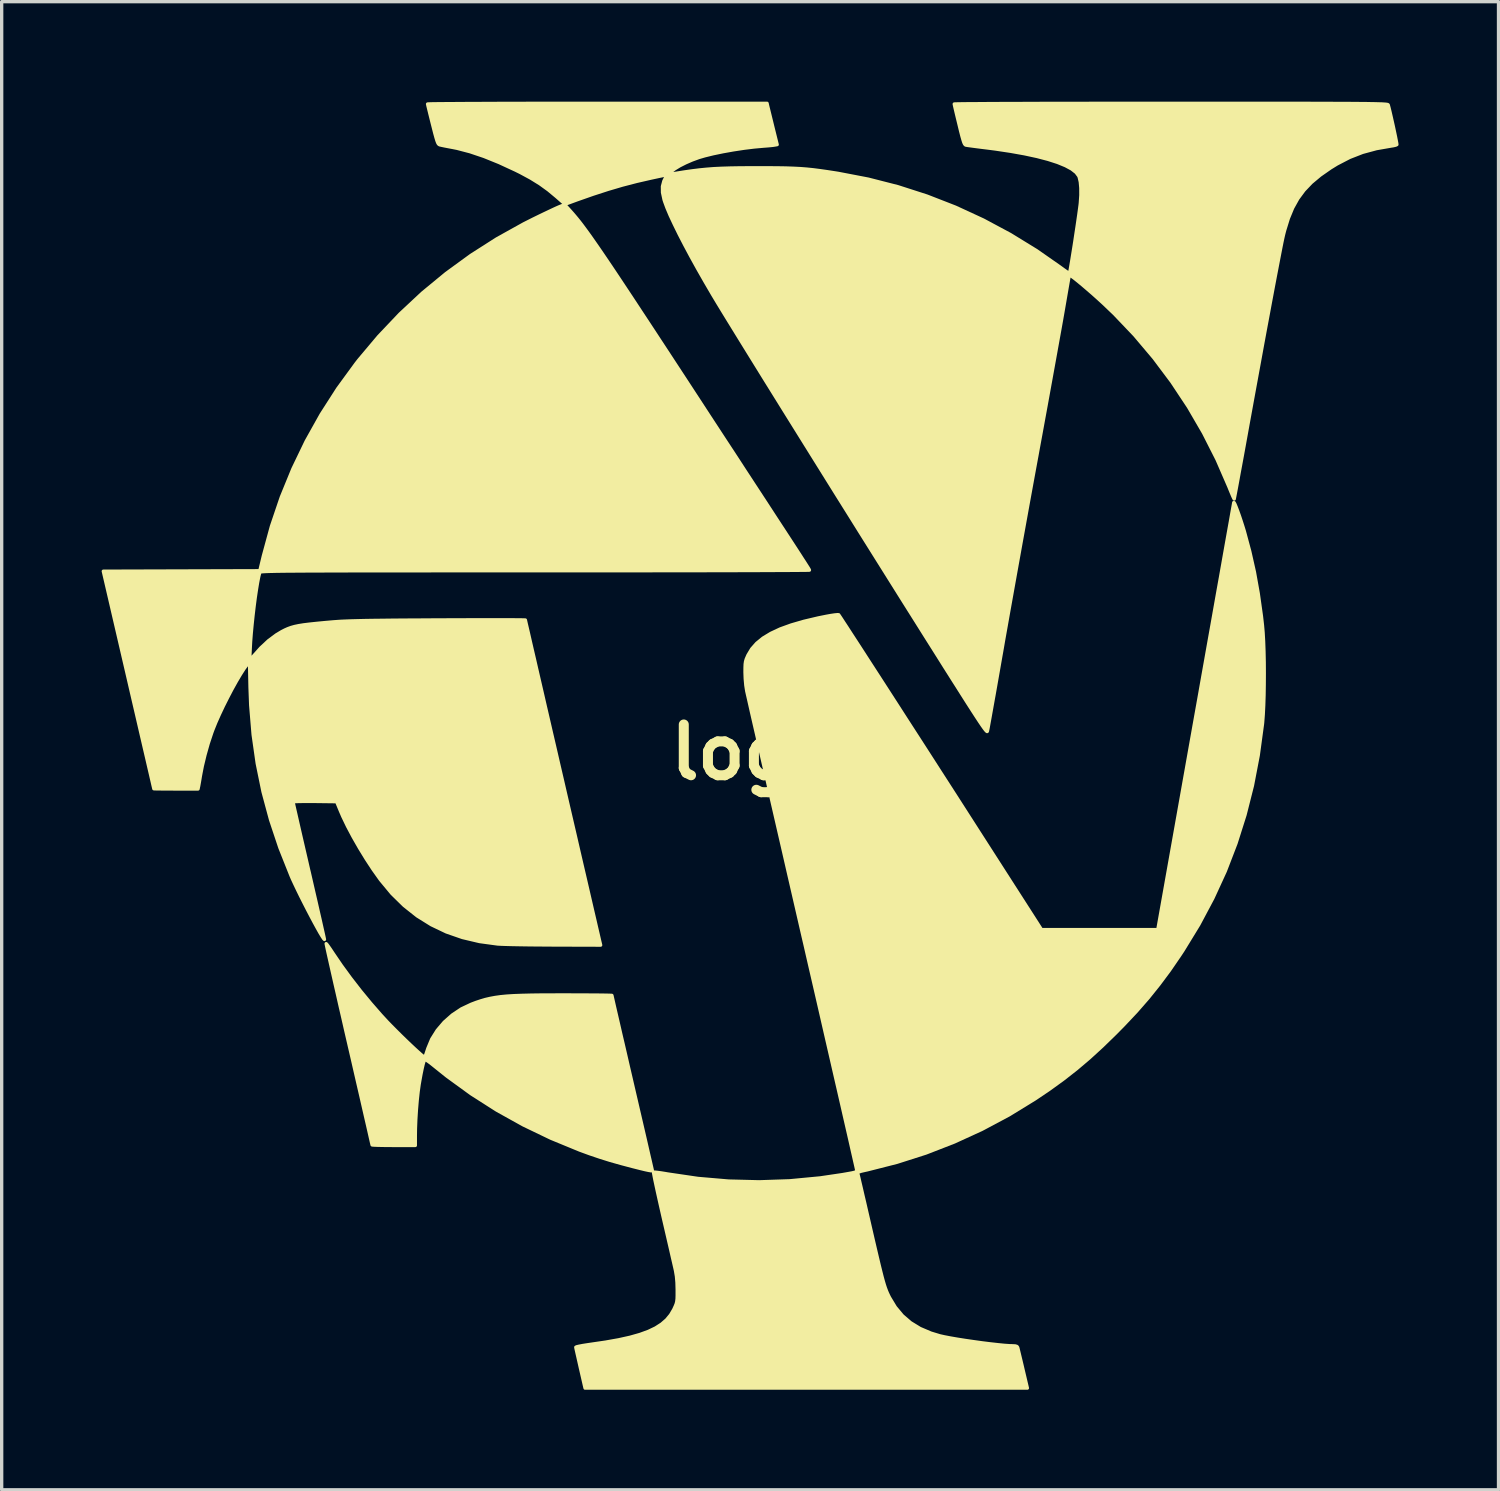
<source format=kicad_pcb>
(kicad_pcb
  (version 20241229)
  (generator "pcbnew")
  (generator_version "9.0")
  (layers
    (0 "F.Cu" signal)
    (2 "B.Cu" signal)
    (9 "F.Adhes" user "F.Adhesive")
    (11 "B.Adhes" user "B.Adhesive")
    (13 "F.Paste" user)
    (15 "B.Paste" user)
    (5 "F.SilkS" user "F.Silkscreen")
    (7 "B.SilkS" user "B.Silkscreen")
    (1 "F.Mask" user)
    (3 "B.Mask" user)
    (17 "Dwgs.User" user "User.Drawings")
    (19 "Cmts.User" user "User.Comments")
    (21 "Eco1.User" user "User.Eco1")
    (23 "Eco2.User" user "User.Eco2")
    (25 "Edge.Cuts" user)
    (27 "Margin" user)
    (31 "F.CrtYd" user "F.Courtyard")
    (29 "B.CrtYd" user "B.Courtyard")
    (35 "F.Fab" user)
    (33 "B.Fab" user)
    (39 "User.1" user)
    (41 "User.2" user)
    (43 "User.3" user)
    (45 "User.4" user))
  (footprint "logo"
    (layer "F.Cu")
    (at 19.572 19.523)
    (property "Reference" "logo" (at 0 0 0) (layer "F.SilkS") (effects (font (size 1.524 1.524) (thickness 0.3))))
    (attr through_hole)
    (fp_poly (pts (xy -3.048 12.547) (xy -3.059 12.556) (xy -3.094 12.556) (xy -3.161 12.545) (xy -3.264 12.523) (xy -3.409 12.488) (xy -3.602 12.439) (xy -3.627 12.433) (xy -3.993 12.336) (xy -4.321 12.243) (xy -4.627 12.147) (xy -4.928 12.045) (xy -5.234 11.933) (xy -6.091 11.58) (xy -6.92 11.181) (xy -7.718 10.737) (xy -8.482 10.249) (xy -9.211 9.719) (xy -9.6 9.407) (xy -9.701 9.326) (xy -9.787 9.264) (xy -9.849 9.226) (xy -9.877 9.219) (xy -9.898 9.265) (xy -9.926 9.361) (xy -9.958 9.498) (xy -9.993 9.67) (xy -10.029 9.87) (xy -10.045 9.962) (xy -10.076 10.183) (xy -10.104 10.444) (xy -10.128 10.728) (xy -10.146 11.018) (xy -10.157 11.297) (xy -10.16 11.508) (xy -10.16 11.797) (xy -10.809 11.797) (xy -10.994 11.796) (xy -11.158 11.794) (xy -11.294 11.791) (xy -11.394 11.787) (xy -11.449 11.783) (xy -11.458 11.78) (xy -11.464 11.751) (xy -11.483 11.67) (xy -11.512 11.542) (xy -11.551 11.369) (xy -11.6 11.155) (xy -11.658 10.904) (xy -11.723 10.62) (xy -11.795 10.305) (xy -11.874 9.964) (xy -11.958 9.599) (xy -12.046 9.215) (xy -12.139 8.815) (xy -12.152 8.758) (xy -12.245 8.356) (xy -12.333 7.97) (xy -12.418 7.603) (xy -12.496 7.258) (xy -12.569 6.94) (xy -12.634 6.652) (xy -12.692 6.396) (xy -12.741 6.178) (xy -12.781 6) (xy -12.81 5.865) (xy -12.828 5.778) (xy -12.835 5.742) (xy -12.835 5.742) (xy -12.816 5.76) (xy -12.774 5.817) (xy -12.713 5.904) (xy -12.64 6.014) (xy -12.631 6.028) (xy -12.385 6.39) (xy -12.107 6.771) (xy -11.807 7.158) (xy -11.496 7.535) (xy -11.188 7.888) (xy -11.005 8.086) (xy -10.879 8.216) (xy -10.741 8.355) (xy -10.597 8.498) (xy -10.452 8.639) (xy -10.312 8.773) (xy -10.182 8.895) (xy -10.068 8.999) (xy -9.976 9.08) (xy -9.911 9.132) (xy -9.879 9.151) (xy -9.877 9.15) (xy -9.862 9.116) (xy -9.835 9.041) (xy -9.801 8.939) (xy -9.784 8.886) (xy -9.668 8.607) (xy -9.502 8.342) (xy -9.294 8.098) (xy -9.05 7.882) (xy -8.777 7.7) (xy -8.485 7.562) (xy -8.338 7.506) (xy -8.197 7.459) (xy -8.058 7.418) (xy -7.916 7.385) (xy -7.765 7.357) (xy -7.6 7.334) (xy -7.414 7.316) (xy -7.203 7.303) (xy -6.961 7.294) (xy -6.682 7.287) (xy -6.362 7.283) (xy -5.994 7.282) (xy -5.728 7.281) (xy -5.446 7.282) (xy -5.182 7.282) (xy -4.941 7.284) (xy -4.728 7.285) (xy -4.549 7.287) (xy -4.409 7.289) (xy -4.313 7.292) (xy -4.265 7.294) (xy -4.262 7.295) (xy -4.255 7.324) (xy -4.237 7.404) (xy -4.208 7.532) (xy -4.169 7.703) (xy -4.12 7.914) (xy -4.063 8.16) (xy -3.999 8.439) (xy -3.927 8.746) (xy -3.85 9.078) (xy -3.769 9.431) (xy -3.683 9.8) (xy -3.655 9.922) (xy -3.568 10.296) (xy -3.485 10.654) (xy -3.406 10.993) (xy -3.333 11.308) (xy -3.266 11.597) (xy -3.207 11.854) (xy -3.156 12.077) (xy -3.113 12.261) (xy -3.081 12.402) (xy -3.059 12.498) (xy -3.049 12.543) (xy -3.048 12.547)) (stroke (width 0.1) (type solid)) (fill yes) (layer "F.SilkS"))
    (fp_poly (pts (xy 15.313 -2.37) (xy 15.311 -2.034) (xy 15.306 -1.708) (xy 15.296 -1.401) (xy 15.282 -1.127) (xy 15.264 -0.894) (xy 15.259 -0.847) (xy 15.132 0.091) (xy 14.958 0.998) (xy 14.735 1.879) (xy 14.464 2.734) (xy 14.143 3.567) (xy 13.77 4.379) (xy 13.347 5.174) (xy 12.871 5.952) (xy 12.781 6.088) (xy 12.469 6.543) (xy 12.154 6.966) (xy 11.828 7.372) (xy 11.479 7.772) (xy 11.096 8.179) (xy 10.853 8.426) (xy 10.451 8.817) (xy 10.064 9.171) (xy 9.68 9.497) (xy 9.288 9.804) (xy 8.873 10.105) (xy 8.438 10.399) (xy 7.656 10.879) (xy 6.846 11.311) (xy 6.013 11.693) (xy 5.159 12.025) (xy 4.289 12.303) (xy 3.405 12.528) (xy 3.322 12.546) (xy 3.211 12.572) (xy 3.146 12.594) (xy 3.118 12.616) (xy 3.117 12.64) (xy 3.125 12.675) (xy 3.146 12.76) (xy 3.176 12.891) (xy 3.216 13.06) (xy 3.263 13.265) (xy 3.318 13.498) (xy 3.377 13.756) (xy 3.441 14.033) (xy 3.485 14.224) (xy 3.569 14.588) (xy 3.642 14.901) (xy 3.705 15.168) (xy 3.759 15.395) (xy 3.806 15.585) (xy 3.846 15.743) (xy 3.882 15.874) (xy 3.914 15.983) (xy 3.944 16.074) (xy 3.973 16.152) (xy 4.002 16.222) (xy 4.032 16.287) (xy 4.065 16.354) (xy 4.066 16.356) (xy 4.244 16.651) (xy 4.454 16.903) (xy 4.7 17.115) (xy 4.984 17.289) (xy 5.31 17.428) (xy 5.577 17.509) (xy 5.716 17.54) (xy 5.898 17.575) (xy 6.112 17.612) (xy 6.348 17.649) (xy 6.596 17.685) (xy 6.847 17.72) (xy 7.09 17.75) (xy 7.314 17.775) (xy 7.511 17.795) (xy 7.669 17.806) (xy 7.752 17.808) (xy 7.844 17.813) (xy 7.894 17.829) (xy 7.914 17.858) (xy 7.925 17.899) (xy 7.946 17.986) (xy 7.976 18.111) (xy 8.013 18.264) (xy 8.054 18.436) (xy 8.067 18.493) (xy 8.205 19.078) (xy 1.569 19.078) (xy -5.067 19.078) (xy -5.205 18.479) (xy -5.245 18.302) (xy -5.281 18.143) (xy -5.311 18.011) (xy -5.333 17.913) (xy -5.344 17.859) (xy -5.345 17.852) (xy -5.32 17.839) (xy -5.248 17.822) (xy -5.138 17.801) (xy -5 17.779) (xy -4.897 17.764) (xy -4.452 17.699) (xy -4.059 17.629) (xy -3.717 17.553) (xy -3.42 17.469) (xy -3.165 17.376) (xy -2.95 17.273) (xy -2.77 17.157) (xy -2.621 17.028) (xy -2.502 16.884) (xy -2.407 16.723) (xy -2.396 16.7) (xy -2.357 16.614) (xy -2.33 16.545) (xy -2.314 16.478) (xy -2.305 16.398) (xy -2.302 16.292) (xy -2.302 16.146) (xy -2.302 16.129) (xy -2.308 15.91) (xy -2.324 15.725) (xy -2.353 15.552) (xy -2.366 15.494) (xy -2.385 15.411) (xy -2.415 15.28) (xy -2.455 15.108) (xy -2.502 14.901) (xy -2.556 14.668) (xy -2.615 14.413) (xy -2.677 14.146) (xy -2.729 13.921) (xy -2.789 13.658) (xy -2.844 13.413) (xy -2.894 13.189) (xy -2.936 12.994) (xy -2.971 12.831) (xy -2.995 12.708) (xy -3.01 12.628) (xy -3.012 12.598) (xy -2.98 12.597) (xy -2.902 12.605) (xy -2.789 12.62) (xy -2.652 12.642) (xy -2.591 12.653) (xy -1.68 12.787) (xy -0.762 12.866) (xy 0.158 12.889) (xy 1.077 12.858) (xy 1.991 12.771) (xy 2.653 12.673) (xy 2.817 12.644) (xy 2.934 12.623) (xy 3.012 12.605) (xy 3.057 12.589) (xy 3.078 12.571) (xy 3.084 12.549) (xy 3.083 12.529) (xy 3.076 12.496) (xy 3.057 12.41) (xy 3.026 12.274) (xy 2.984 12.089) (xy 2.932 11.86) (xy 2.87 11.586) (xy 2.798 11.272) (xy 2.717 10.919) (xy 2.628 10.53) (xy 2.531 10.107) (xy 2.426 9.652) (xy 2.315 9.168) (xy 2.197 8.656) (xy 2.074 8.12) (xy 1.946 7.562) (xy 1.813 6.984) (xy 1.675 6.388) (xy 1.535 5.777) (xy 1.455 5.433) (xy 1.312 4.812) (xy 1.172 4.204) (xy 1.035 3.611) (xy 0.903 3.035) (xy 0.775 2.48) (xy 0.652 1.947) (xy 0.535 1.439) (xy 0.425 0.959) (xy 0.321 0.508) (xy 0.225 0.089) (xy 0.137 -0.295) (xy 0.057 -0.643) (xy -0.014 -0.951) (xy -0.075 -1.217) (xy -0.125 -1.439) (xy -0.165 -1.615) (xy -0.194 -1.742) (xy -0.211 -1.817) (xy -0.215 -1.834) (xy -0.242 -2.005) (xy -0.26 -2.206) (xy -0.267 -2.399) (xy -0.266 -2.542) (xy -0.262 -2.645) (xy -0.251 -2.723) (xy -0.231 -2.793) (xy -0.198 -2.87) (xy -0.177 -2.917) (xy -0.066 -3.102) (xy 0.083 -3.271) (xy 0.274 -3.427) (xy 0.509 -3.569) (xy 0.789 -3.7) (xy 1.118 -3.819) (xy 1.497 -3.929) (xy 1.929 -4.031) (xy 2.172 -4.08) (xy 2.306 -4.104) (xy 2.42 -4.121) (xy 2.502 -4.129) (xy 2.542 -4.128) (xy 2.543 -4.127) (xy 2.563 -4.098) (xy 2.612 -4.025) (xy 2.687 -3.909) (xy 2.788 -3.755) (xy 2.912 -3.563) (xy 3.058 -3.339) (xy 3.224 -3.083) (xy 3.407 -2.799) (xy 3.607 -2.49) (xy 3.822 -2.158) (xy 4.049 -1.806) (xy 4.287 -1.437) (xy 4.534 -1.053) (xy 4.789 -0.658) (xy 5.049 -0.255) (xy 5.313 0.155) (xy 5.579 0.569) (xy 5.845 0.982) (xy 6.11 1.394) (xy 6.371 1.801) (xy 6.627 2.2) (xy 6.818 2.498) (xy 8.629 5.32) (xy 10.374 5.32) (xy 12.119 5.32) (xy 13.254 -1.058) (xy 13.36 -1.65) (xy 13.462 -2.228) (xy 13.562 -2.789) (xy 13.658 -3.33) (xy 13.751 -3.85) (xy 13.839 -4.346) (xy 13.922 -4.814) (xy 14.001 -5.253) (xy 14.073 -5.661) (xy 14.139 -6.034) (xy 14.199 -6.371) (xy 14.252 -6.668) (xy 14.298 -6.924) (xy 14.335 -7.136) (xy 14.364 -7.301) (xy 14.385 -7.416) (xy 14.396 -7.48) (xy 14.398 -7.493) (xy 14.41 -7.49) (xy 14.436 -7.44) (xy 14.472 -7.352) (xy 14.517 -7.234) (xy 14.567 -7.094) (xy 14.619 -6.938) (xy 14.671 -6.776) (xy 14.715 -6.632) (xy 14.878 -6.027) (xy 15.017 -5.41) (xy 15.132 -4.768) (xy 15.227 -4.091) (xy 15.259 -3.81) (xy 15.278 -3.591) (xy 15.293 -3.326) (xy 15.304 -3.027) (xy 15.311 -2.705) (xy 15.313 -2.37)) (stroke (width 0.1) (type solid)) (fill yes) (layer "F.SilkS"))
    (fp_poly (pts (xy 1.665 -5.465) (xy 1.637 -5.464) (xy 1.555 -5.462) (xy 1.421 -5.461) (xy 1.237 -5.46) (xy 1.006 -5.458) (xy 0.729 -5.457) (xy 0.409 -5.456) (xy 0.048 -5.454) (xy -0.352 -5.453) (xy -0.789 -5.452) (xy -1.259 -5.451) (xy -1.762 -5.45) (xy -2.295 -5.45) (xy -2.855 -5.449) (xy -3.441 -5.448) (xy -4.05 -5.448) (xy -4.68 -5.447) (xy -5.329 -5.447) (xy -5.995 -5.447) (xy -6.574 -5.447) (xy -7.382 -5.447) (xy -8.136 -5.447) (xy -8.838 -5.447) (xy -9.488 -5.447) (xy -10.09 -5.446) (xy -10.645 -5.446) (xy -11.155 -5.446) (xy -11.621 -5.445) (xy -12.047 -5.445) (xy -12.433 -5.444) (xy -12.782 -5.443) (xy -13.095 -5.442) (xy -13.374 -5.441) (xy -13.622 -5.44) (xy -13.84 -5.438) (xy -14.031 -5.437) (xy -14.195 -5.435) (xy -14.335 -5.433) (xy -14.452 -5.43) (xy -14.55 -5.428) (xy -14.629 -5.425) (xy -14.692 -5.422) (xy -14.74 -5.419) (xy -14.775 -5.415) (xy -14.8 -5.411) (xy -14.815 -5.407) (xy -14.824 -5.403) (xy -14.827 -5.398) (xy -14.827 -5.397) (xy -14.859 -5.27) (xy -14.893 -5.095) (xy -14.928 -4.882) (xy -14.964 -4.64) (xy -14.998 -4.379) (xy -15.03 -4.107) (xy -15.059 -3.833) (xy -15.084 -3.567) (xy -15.103 -3.318) (xy -15.113 -3.133) (xy -15.131 -2.752) (xy -15.037 -2.865) (xy -14.799 -3.131) (xy -14.565 -3.349) (xy -14.327 -3.526) (xy -14.168 -3.621) (xy -14.075 -3.669) (xy -13.985 -3.709) (xy -13.89 -3.744) (xy -13.783 -3.774) (xy -13.659 -3.8) (xy -13.509 -3.824) (xy -13.328 -3.846) (xy -13.109 -3.869) (xy -12.846 -3.894) (xy -12.615 -3.914) (xy -12.508 -3.922) (xy -12.387 -3.93) (xy -12.249 -3.936) (xy -12.089 -3.942) (xy -11.903 -3.947) (xy -11.688 -3.952) (xy -11.441 -3.956) (xy -11.157 -3.959) (xy -10.832 -3.963) (xy -10.463 -3.966) (xy -10.046 -3.968) (xy -9.577 -3.971) (xy -9.476 -3.971) (xy -9.097 -3.973) (xy -8.734 -3.974) (xy -8.392 -3.975) (xy -8.074 -3.976) (xy -7.784 -3.976) (xy -7.527 -3.976) (xy -7.305 -3.975) (xy -7.124 -3.974) (xy -6.986 -3.973) (xy -6.897 -3.971) (xy -6.859 -3.969) (xy -6.858 -3.969) (xy -6.852 -3.941) (xy -6.834 -3.861) (xy -6.804 -3.733) (xy -6.764 -3.561) (xy -6.715 -3.347) (xy -6.657 -3.095) (xy -6.59 -2.808) (xy -6.517 -2.49) (xy -6.437 -2.144) (xy -6.351 -1.773) (xy -6.261 -1.381) (xy -6.166 -0.972) (xy -6.068 -0.548) (xy -5.967 -0.113) (xy -5.865 0.329) (xy -5.761 0.776) (xy -5.658 1.223) (xy -5.555 1.668) (xy -5.453 2.107) (xy -5.353 2.537) (xy -5.257 2.954) (xy -5.164 3.355) (xy -5.075 3.737) (xy -4.992 4.095) (xy -4.915 4.428) (xy -4.845 4.73) (xy -4.782 5) (xy -4.728 5.234) (xy -4.683 5.427) (xy -4.648 5.578) (xy -4.624 5.682) (xy -4.614 5.722) (xy -4.599 5.786) (xy -6.004 5.782) (xy -6.291 5.78) (xy -6.571 5.778) (xy -6.835 5.775) (xy -7.077 5.771) (xy -7.291 5.767) (xy -7.469 5.762) (xy -7.604 5.757) (xy -7.69 5.752) (xy -7.691 5.752) (xy -8.235 5.678) (xy -8.747 5.557) (xy -9.228 5.39) (xy -9.68 5.174) (xy -10.102 4.911) (xy -10.496 4.599) (xy -10.863 4.239) (xy -11.203 3.829) (xy -11.223 3.801) (xy -11.427 3.514) (xy -11.632 3.201) (xy -11.833 2.873) (xy -12.022 2.543) (xy -12.192 2.223) (xy -12.335 1.926) (xy -12.405 1.764) (xy -12.522 1.482) (xy -13.175 1.474) (xy -13.361 1.473) (xy -13.526 1.474) (xy -13.662 1.476) (xy -13.763 1.48) (xy -13.819 1.485) (xy -13.829 1.489) (xy -13.823 1.519) (xy -13.805 1.601) (xy -13.776 1.728) (xy -13.737 1.898) (xy -13.69 2.105) (xy -13.635 2.345) (xy -13.573 2.615) (xy -13.505 2.909) (xy -13.432 3.224) (xy -13.356 3.555) (xy -13.353 3.564) (xy -13.277 3.894) (xy -13.205 4.208) (xy -13.137 4.502) (xy -13.076 4.77) (xy -13.021 5.009) (xy -12.975 5.214) (xy -12.937 5.382) (xy -12.909 5.508) (xy -12.892 5.587) (xy -12.887 5.616) (xy -12.887 5.616) (xy -12.911 5.592) (xy -12.956 5.523) (xy -13.02 5.417) (xy -13.098 5.278) (xy -13.187 5.115) (xy -13.284 4.933) (xy -13.386 4.738) (xy -13.489 4.537) (xy -13.59 4.337) (xy -13.685 4.143) (xy -13.771 3.963) (xy -13.846 3.802) (xy -13.887 3.707) (xy -14.222 2.866) (xy -14.502 2.027) (xy -14.729 1.185) (xy -14.903 0.335) (xy -15.026 -0.529) (xy -15.099 -1.412) (xy -15.119 -1.945) (xy -15.135 -2.72) (xy -15.203 -2.637) (xy -15.299 -2.507) (xy -15.41 -2.333) (xy -15.533 -2.125) (xy -15.662 -1.893) (xy -15.792 -1.644) (xy -15.92 -1.39) (xy -16.039 -1.138) (xy -16.146 -0.898) (xy -16.234 -0.679) (xy -16.266 -0.593) (xy -16.375 -0.265) (xy -16.472 0.079) (xy -16.553 0.415) (xy -16.609 0.706) (xy -16.629 0.829) (xy -16.648 0.938) (xy -16.662 1.015) (xy -16.667 1.037) (xy -16.68 1.101) (xy -17.343 1.101) (xy -17.53 1.1) (xy -17.696 1.1) (xy -17.834 1.098) (xy -17.937 1.097) (xy -17.995 1.095) (xy -18.006 1.094) (xy -18.012 1.066) (xy -18.031 0.986) (xy -18.06 0.859) (xy -18.1 0.686) (xy -18.15 0.472) (xy -18.208 0.221) (xy -18.275 -0.066) (xy -18.349 -0.384) (xy -18.429 -0.729) (xy -18.515 -1.1) (xy -18.606 -1.491) (xy -18.701 -1.9) (xy -18.764 -2.173) (xy -19.522 -5.433) (xy -17.174 -5.44) (xy -14.826 -5.447) (xy -14.719 -5.892) (xy -14.476 -6.783) (xy -14.18 -7.656) (xy -13.832 -8.506) (xy -13.433 -9.335) (xy -12.984 -10.138) (xy -12.485 -10.916) (xy -11.937 -11.666) (xy -11.857 -11.769) (xy -11.258 -12.481) (xy -10.62 -13.153) (xy -9.946 -13.782) (xy -9.235 -14.368) (xy -8.491 -14.91) (xy -7.713 -15.407) (xy -6.904 -15.857) (xy -6.618 -16.001) (xy -6.436 -16.09) (xy -6.261 -16.174) (xy -6.103 -16.249) (xy -5.971 -16.311) (xy -5.875 -16.354) (xy -5.839 -16.369) (xy -5.68 -16.433) (xy -5.567 -16.309) (xy -5.504 -16.239) (xy -5.441 -16.168) (xy -5.377 -16.093) (xy -5.31 -16.013) (xy -5.24 -15.926) (xy -5.165 -15.829) (xy -5.084 -15.72) (xy -4.995 -15.599) (xy -4.897 -15.462) (xy -4.789 -15.308) (xy -4.669 -15.135) (xy -4.536 -14.941) (xy -4.389 -14.724) (xy -4.226 -14.482) (xy -4.046 -14.212) (xy -3.849 -13.915) (xy -3.631 -13.586) (xy -3.393 -13.224) (xy -3.132 -12.828) (xy -2.848 -12.395) (xy -2.539 -11.924) (xy -2.204 -11.412) (xy -1.841 -10.857) (xy -1.45 -10.258) (xy -1.26 -9.967) (xy -0.907 -9.427) (xy -0.583 -8.933) (xy -0.289 -8.481) (xy -0.021 -8.071) (xy 0.222 -7.7) (xy 0.44 -7.366) (xy 0.634 -7.068) (xy 0.807 -6.803) (xy 0.96 -6.569) (xy 1.093 -6.365) (xy 1.208 -6.188) (xy 1.307 -6.036) (xy 1.39 -5.908) (xy 1.459 -5.8) (xy 1.516 -5.713) (xy 1.561 -5.642) (xy 1.596 -5.587) (xy 1.622 -5.546) (xy 1.641 -5.515) (xy 1.653 -5.494) (xy 1.66 -5.481) (xy 1.664 -5.473) (xy 1.665 -5.468) (xy 1.665 -5.465)) (stroke (width 0.1) (type solid)) (fill yes) (layer "F.SilkS"))
    (fp_poly (pts (xy 19.292 -18.237) (xy 19.292 -18.234) (xy 19.258 -18.218) (xy 19.186 -18.201) (xy 19.128 -18.192) (xy 18.679 -18.114) (xy 18.265 -18.002) (xy 17.875 -17.85) (xy 17.497 -17.654) (xy 17.3 -17.533) (xy 16.989 -17.316) (xy 16.726 -17.096) (xy 16.505 -16.864) (xy 16.32 -16.613) (xy 16.165 -16.335) (xy 16.035 -16.02) (xy 15.924 -15.661) (xy 15.892 -15.536) (xy 15.873 -15.453) (xy 15.844 -15.317) (xy 15.807 -15.131) (xy 15.762 -14.899) (xy 15.709 -14.623) (xy 15.648 -14.306) (xy 15.581 -13.952) (xy 15.508 -13.563) (xy 15.43 -13.142) (xy 15.346 -12.693) (xy 15.258 -12.217) (xy 15.167 -11.719) (xy 15.072 -11.201) (xy 14.974 -10.666) (xy 14.874 -10.117) (xy 14.828 -9.865) (xy 14.765 -9.516) (xy 14.705 -9.184) (xy 14.648 -8.871) (xy 14.595 -8.584) (xy 14.547 -8.325) (xy 14.506 -8.099) (xy 14.471 -7.91) (xy 14.443 -7.762) (xy 14.423 -7.66) (xy 14.413 -7.606) (xy 14.411 -7.6) (xy 14.398 -7.621) (xy 14.368 -7.686) (xy 14.326 -7.786) (xy 14.275 -7.91) (xy 14.254 -7.963) (xy 13.897 -8.784) (xy 13.491 -9.585) (xy 13.038 -10.364) (xy 12.54 -11.115) (xy 12.001 -11.834) (xy 11.424 -12.517) (xy 10.812 -13.159) (xy 10.48 -13.476) (xy 10.321 -13.621) (xy 10.161 -13.764) (xy 10.005 -13.899) (xy 9.859 -14.024) (xy 9.727 -14.133) (xy 9.617 -14.221) (xy 9.532 -14.284) (xy 9.479 -14.317) (xy 9.464 -14.319) (xy 9.458 -14.287) (xy 9.443 -14.205) (xy 9.421 -14.08) (xy 9.393 -13.919) (xy 9.36 -13.728) (xy 9.323 -13.513) (xy 9.285 -13.293) (xy 9.257 -13.132) (xy 9.22 -12.921) (xy 9.174 -12.664) (xy 9.12 -12.366) (xy 9.06 -12.032) (xy 8.994 -11.667) (xy 8.923 -11.275) (xy 8.848 -10.861) (xy 8.77 -10.431) (xy 8.689 -9.989) (xy 8.607 -9.54) (xy 8.524 -9.089) (xy 8.493 -8.918) (xy 8.403 -8.429) (xy 8.309 -7.915) (xy 8.212 -7.382) (xy 8.114 -6.84) (xy 8.015 -6.294) (xy 7.918 -5.754) (xy 7.823 -5.226) (xy 7.732 -4.717) (xy 7.646 -4.236) (xy 7.567 -3.79) (xy 7.495 -3.386) (xy 7.449 -3.119) (xy 7.385 -2.755) (xy 7.324 -2.406) (xy 7.266 -2.077) (xy 7.212 -1.77) (xy 7.162 -1.492) (xy 7.118 -1.245) (xy 7.08 -1.033) (xy 7.049 -0.862) (xy 7.026 -0.734) (xy 7.01 -0.655) (xy 7.005 -0.629) (xy 6.996 -0.623) (xy 6.979 -0.634) (xy 6.95 -0.666) (xy 6.907 -0.722) (xy 6.849 -0.804) (xy 6.774 -0.915) (xy 6.68 -1.058) (xy 6.564 -1.237) (xy 6.425 -1.453) (xy 6.261 -1.711) (xy 6.07 -2.013) (xy 5.999 -2.124) (xy 5.728 -2.552) (xy 5.444 -3.004) (xy 5.146 -3.476) (xy 4.838 -3.966) (xy 4.52 -4.471) (xy 4.195 -4.989) (xy 3.864 -5.517) (xy 3.529 -6.051) (xy 3.192 -6.589) (xy 2.855 -7.129) (xy 2.518 -7.667) (xy 2.185 -8.201) (xy 1.857 -8.727) (xy 1.535 -9.244) (xy 1.221 -9.748) (xy 0.917 -10.236) (xy 0.625 -10.706) (xy 0.346 -11.155) (xy 0.083 -11.58) (xy -0.164 -11.979) (xy -0.392 -12.348) (xy -0.599 -12.684) (xy -0.785 -12.986) (xy -0.946 -13.249) (xy -1.082 -13.472) (xy -1.19 -13.652) (xy -1.237 -13.73) (xy -1.466 -14.122) (xy -1.684 -14.504) (xy -1.887 -14.871) (xy -2.073 -15.219) (xy -2.241 -15.544) (xy -2.387 -15.842) (xy -2.511 -16.106) (xy -2.608 -16.335) (xy -2.677 -16.522) (xy -2.696 -16.581) (xy -2.742 -16.796) (xy -2.744 -16.981) (xy -2.702 -17.141) (xy -2.676 -17.194) (xy -2.636 -17.268) (xy -2.614 -17.317) (xy -2.613 -17.328) (xy -2.643 -17.323) (xy -2.719 -17.307) (xy -2.832 -17.284) (xy -2.972 -17.254) (xy -3.088 -17.229) (xy -3.52 -17.13) (xy -3.946 -17.019) (xy -4.377 -16.892) (xy -4.827 -16.746) (xy -5.308 -16.577) (xy -5.493 -16.509) (xy -5.666 -16.445) (xy -5.924 -16.672) (xy -6.167 -16.874) (xy -6.42 -17.057) (xy -6.696 -17.228) (xy -7.008 -17.397) (xy -7.154 -17.469) (xy -7.643 -17.695) (xy -8.097 -17.879) (xy -8.518 -18.021) (xy -8.907 -18.123) (xy -9.043 -18.15) (xy -9.176 -18.175) (xy -9.295 -18.198) (xy -9.384 -18.217) (xy -9.424 -18.226) (xy -9.448 -18.237) (xy -9.469 -18.257) (xy -9.49 -18.295) (xy -9.513 -18.357) (xy -9.541 -18.45) (xy -9.577 -18.582) (xy -9.622 -18.759) (xy -9.642 -18.838) (xy -9.686 -19.013) (xy -9.725 -19.17) (xy -9.757 -19.3) (xy -9.78 -19.394) (xy -9.791 -19.446) (xy -9.792 -19.452) (xy -9.765 -19.454) (xy -9.683 -19.457) (xy -9.551 -19.459) (xy -9.371 -19.461) (xy -9.146 -19.462) (xy -8.878 -19.464) (xy -8.571 -19.466) (xy -8.227 -19.467) (xy -7.849 -19.469) (xy -7.44 -19.47) (xy -7.002 -19.471) (xy -6.539 -19.472) (xy -6.053 -19.473) (xy -5.548 -19.473) (xy -5.025 -19.473) (xy -4.7 -19.473) (xy 0.394 -19.473) (xy 0.408 -19.41) (xy 0.419 -19.364) (xy 0.442 -19.272) (xy 0.473 -19.145) (xy 0.511 -18.991) (xy 0.553 -18.82) (xy 0.56 -18.79) (xy 0.698 -18.234) (xy 0.624 -18.221) (xy 0.563 -18.212) (xy 0.463 -18.202) (xy 0.343 -18.192) (xy 0.296 -18.189) (xy 0.007 -18.163) (xy -0.302 -18.125) (xy -0.617 -18.077) (xy -0.926 -18.022) (xy -1.216 -17.962) (xy -1.473 -17.899) (xy -1.651 -17.847) (xy -1.853 -17.773) (xy -2.049 -17.688) (xy -2.229 -17.597) (xy -2.376 -17.507) (xy -2.462 -17.442) (xy -2.582 -17.334) (xy -2.342 -17.373) (xy -2.085 -17.414) (xy -1.852 -17.447) (xy -1.633 -17.474) (xy -1.42 -17.495) (xy -1.203 -17.512) (xy -0.972 -17.523) (xy -0.718 -17.531) (xy -0.432 -17.536) (xy -0.103 -17.538) (xy 0.085 -17.538) (xy 0.421 -17.538) (xy 0.711 -17.536) (xy 0.962 -17.532) (xy 1.185 -17.524) (xy 1.389 -17.514) (xy 1.583 -17.499) (xy 1.776 -17.479) (xy 1.978 -17.453) (xy 2.197 -17.422) (xy 2.444 -17.384) (xy 2.531 -17.37) (xy 3.432 -17.197) (xy 4.32 -16.97) (xy 5.192 -16.689) (xy 6.047 -16.356) (xy 6.881 -15.971) (xy 7.693 -15.536) (xy 8.481 -15.052) (xy 9.181 -14.563) (xy 9.288 -14.485) (xy 9.377 -14.423) (xy 9.44 -14.382) (xy 9.467 -14.369) (xy 9.468 -14.369) (xy 9.476 -14.4) (xy 9.491 -14.48) (xy 9.512 -14.6) (xy 9.538 -14.754) (xy 9.567 -14.935) (xy 9.599 -15.133) (xy 9.632 -15.343) (xy 9.664 -15.557) (xy 9.696 -15.767) (xy 9.725 -15.965) (xy 9.751 -16.145) (xy 9.772 -16.299) (xy 9.788 -16.419) (xy 9.795 -16.482) (xy 9.811 -16.718) (xy 9.81 -16.932) (xy 9.794 -17.113) (xy 9.762 -17.252) (xy 9.746 -17.292) (xy 9.667 -17.398) (xy 9.534 -17.502) (xy 9.349 -17.602) (xy 9.113 -17.699) (xy 8.828 -17.791) (xy 8.496 -17.878) (xy 8.12 -17.959) (xy 7.701 -18.034) (xy 7.241 -18.103) (xy 7.009 -18.133) (xy 6.829 -18.155) (xy 6.666 -18.176) (xy 6.529 -18.194) (xy 6.426 -18.208) (xy 6.368 -18.217) (xy 6.361 -18.218) (xy 6.341 -18.228) (xy 6.321 -18.252) (xy 6.299 -18.298) (xy 6.275 -18.372) (xy 6.244 -18.481) (xy 6.205 -18.632) (xy 6.157 -18.831) (xy 6.114 -19.007) (xy 6.076 -19.165) (xy 6.045 -19.296) (xy 6.023 -19.392) (xy 6.012 -19.445) (xy 6.011 -19.452) (xy 6.039 -19.454) (xy 6.121 -19.456) (xy 6.254 -19.458) (xy 6.436 -19.46) (xy 6.665 -19.461) (xy 6.938 -19.463) (xy 7.252 -19.465) (xy 7.605 -19.466) (xy 7.995 -19.467) (xy 8.419 -19.469) (xy 8.874 -19.47) (xy 9.358 -19.471) (xy 9.869 -19.471) (xy 10.405 -19.472) (xy 10.961 -19.473) (xy 11.537 -19.473) (xy 12.129 -19.473) (xy 12.515 -19.473) (xy 13.23 -19.473) (xy 13.891 -19.473) (xy 14.5 -19.473) (xy 15.059 -19.473) (xy 15.57 -19.473) (xy 16.035 -19.472) (xy 16.456 -19.472) (xy 16.837 -19.471) (xy 17.177 -19.47) (xy 17.481 -19.469) (xy 17.75 -19.468) (xy 17.986 -19.467) (xy 18.191 -19.465) (xy 18.367 -19.464) (xy 18.517 -19.461) (xy 18.643 -19.459) (xy 18.746 -19.456) (xy 18.83 -19.454) (xy 18.895 -19.45) (xy 18.945 -19.447) (xy 18.981 -19.443) (xy 19.006 -19.439) (xy 19.021 -19.434) (xy 19.03 -19.429) (xy 19.033 -19.424) (xy 19.054 -19.346) (xy 19.082 -19.232) (xy 19.114 -19.094) (xy 19.149 -18.94) (xy 19.185 -18.78) (xy 19.218 -18.624) (xy 19.248 -18.482) (xy 19.271 -18.364) (xy 19.287 -18.279) (xy 19.292 -18.237)) (stroke (width 0.1) (type solid)) (fill yes) (layer "F.SilkS")))
  (gr_rect
    (start -3 -3)
    (end 41.914 41.652)
    (stroke (width 0.1) (type default))
    (fill no)
    (layer "Edge.Cuts")))
</source>
